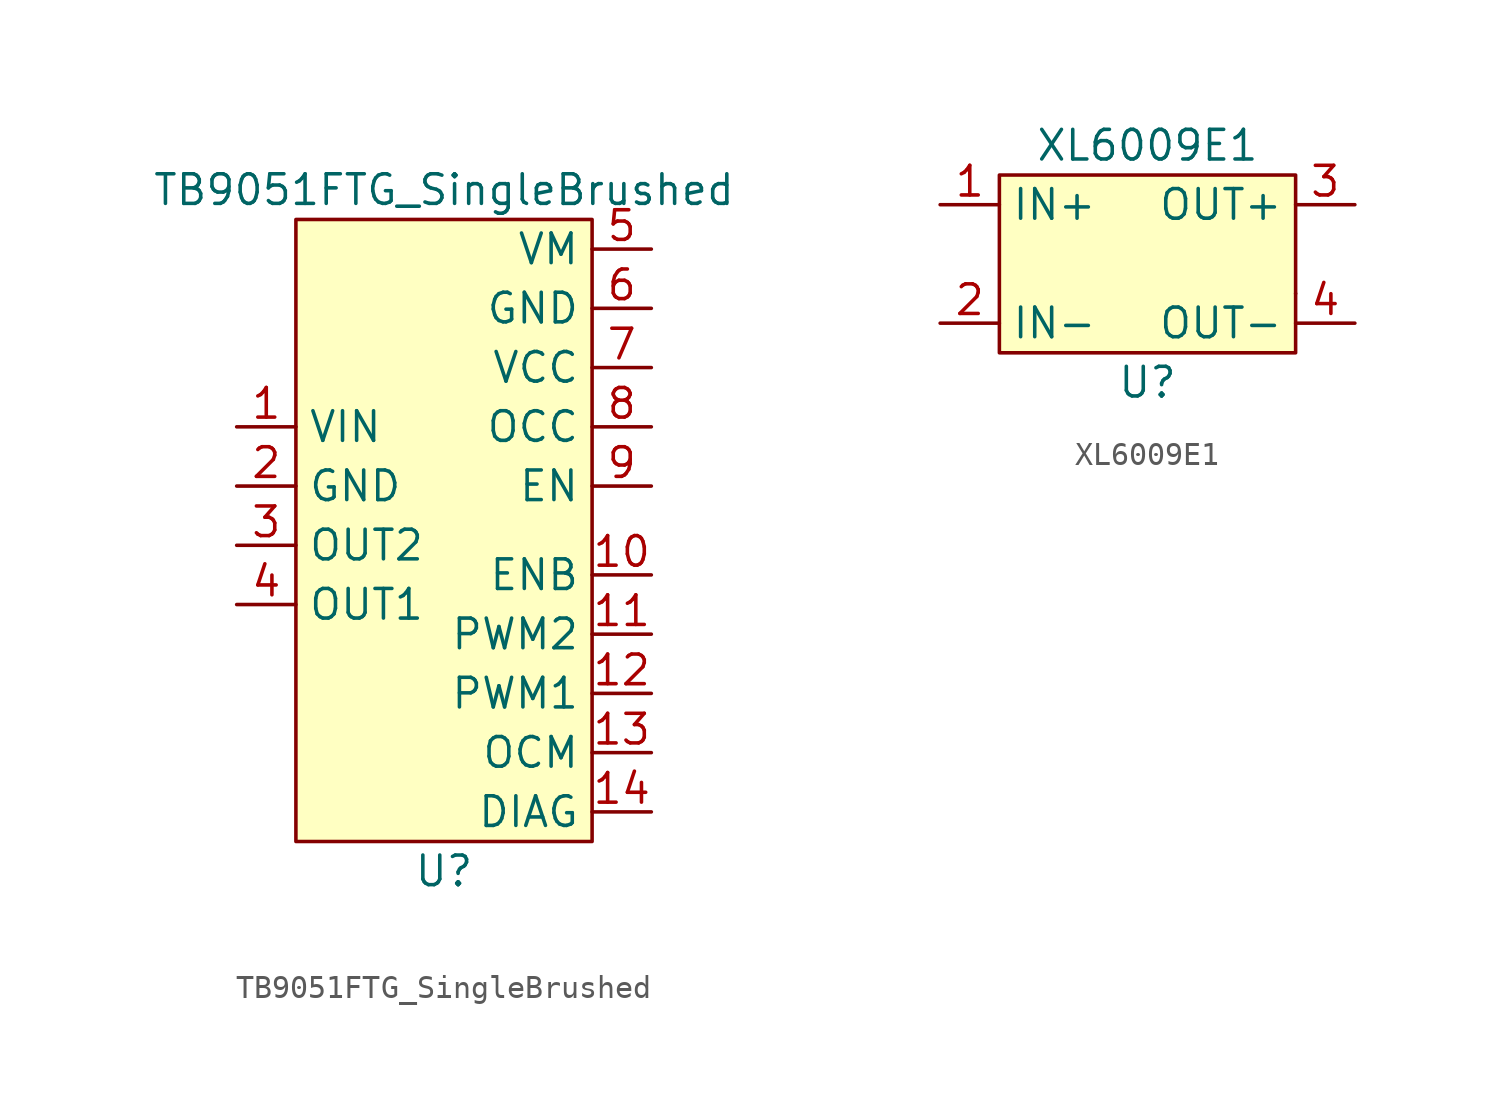
<source format=kicad_sym>
(kicad_symbol_lib
  (version 20211014)
  (generator kicad_symbol_editor)
  (symbol "TB9051FTG_SingleBrushed"
    (property "Reference" "U"
      (at 0 -15.24 0)
      (effects (font (size 1.27 1.27))))
    (property "Value" "TB9051FTG_SingleBrushed"
      (at 0 13.97 0)
      (effects (font (size 1.27 1.27))))
    (symbol "TB9051FTG_SingleBrushed_0_1"
      (rectangle (start -6.35 12.7) (end 6.35 -13.97) (stroke (width 0) (type default) (color 0 0 0 0)) (fill (type background))))
    (symbol "TB9051FTG_SingleBrushed_1_1"
      (pin input line (at -8.89 3.81 0) (length 2.54) (name "VIN" (effects (font (size 1.27 1.27)))) (number "1" (effects (font (size 1.27 1.27)))))
      (pin input line (at 8.89 -2.54 180) (length 2.54) (name "ENB" (effects (font (size 1.27 1.27)))) (number "10" (effects (font (size 1.27 1.27)))))
      (pin input line (at 8.89 -5.08 180) (length 2.54) (name "PWM2" (effects (font (size 1.27 1.27)))) (number "11" (effects (font (size 1.27 1.27)))))
      (pin input line (at 8.89 -7.62 180) (length 2.54) (name "PWM1" (effects (font (size 1.27 1.27)))) (number "12" (effects (font (size 1.27 1.27)))))
      (pin output line (at 8.89 -10.16 180) (length 2.54) (name "OCM" (effects (font (size 1.27 1.27)))) (number "13" (effects (font (size 1.27 1.27)))))
      (pin output line (at 8.89 -12.7 180) (length 2.54) (name "DIAG" (effects (font (size 1.27 1.27)))) (number "14" (effects (font (size 1.27 1.27)))))
      (pin input line (at -8.89 1.27 0) (length 2.54) (name "GND" (effects (font (size 1.27 1.27)))) (number "2" (effects (font (size 1.27 1.27)))))
      (pin output line (at -8.89 -1.27 0) (length 2.54) (name "OUT2" (effects (font (size 1.27 1.27)))) (number "3" (effects (font (size 1.27 1.27)))))
      (pin output line (at -8.89 -3.81 0) (length 2.54) (name "OUT1" (effects (font (size 1.27 1.27)))) (number "4" (effects (font (size 1.27 1.27)))))
      (pin output line (at 8.89 11.43 180) (length 2.54) (name "VM" (effects (font (size 1.27 1.27)))) (number "5" (effects (font (size 1.27 1.27)))))
      (pin input line (at 8.89 8.89 180) (length 2.54) (name "GND" (effects (font (size 1.27 1.27)))) (number "6" (effects (font (size 1.27 1.27)))))
      (pin input line (at 8.89 6.35 180) (length 2.54) (name "VCC" (effects (font (size 1.27 1.27)))) (number "7" (effects (font (size 1.27 1.27)))))
      (pin output line (at 8.89 3.81 180) (length 2.54) (name "OCC" (effects (font (size 1.27 1.27)))) (number "8" (effects (font (size 1.27 1.27)))))
      (pin input line (at 8.89 1.27 180) (length 2.54) (name "EN" (effects (font (size 1.27 1.27)))) (number "9" (effects (font (size 1.27 1.27)))))))
  (symbol "XL6009E1"
    (property "Reference" "U"
      (at 0 -5.08 0)
      (effects (font (size 1.27 1.27))))
    (property "Value" "XL6009E1"
      (at 0 5.08 0)
      (effects (font (size 1.27 1.27))))
    (symbol "XL6009E1_0_1"
      (rectangle (start -6.35 3.81) (end 6.35 -3.81) (stroke (width 0) (type default) (color 0 0 0 0)) (fill (type background)))
      (rectangle (start 6.35 -1.27) (end 6.35 -1.27) (stroke (width 0) (type default) (color 0 0 0 0)) (fill (type none))))
    (symbol "XL6009E1_1_1"
      (pin input line (at -8.89 2.54 0) (length 2.54) (name "IN+" (effects (font (size 1.27 1.27)))) (number "1" (effects (font (size 1.27 1.27)))))
      (pin input line (at -8.89 -2.54 0) (length 2.54) (name "IN-" (effects (font (size 1.27 1.27)))) (number "2" (effects (font (size 1.27 1.27)))))
      (pin output line (at 8.89 2.54 180) (length 2.54) (name "OUT+" (effects (font (size 1.27 1.27)))) (number "3" (effects (font (size 1.27 1.27)))))
      (pin output line (at 8.89 -2.54 180) (length 2.54) (name "OUT-" (effects (font (size 1.27 1.27)))) (number "4" (effects (font (size 1.27 1.27))))))))
</source>
